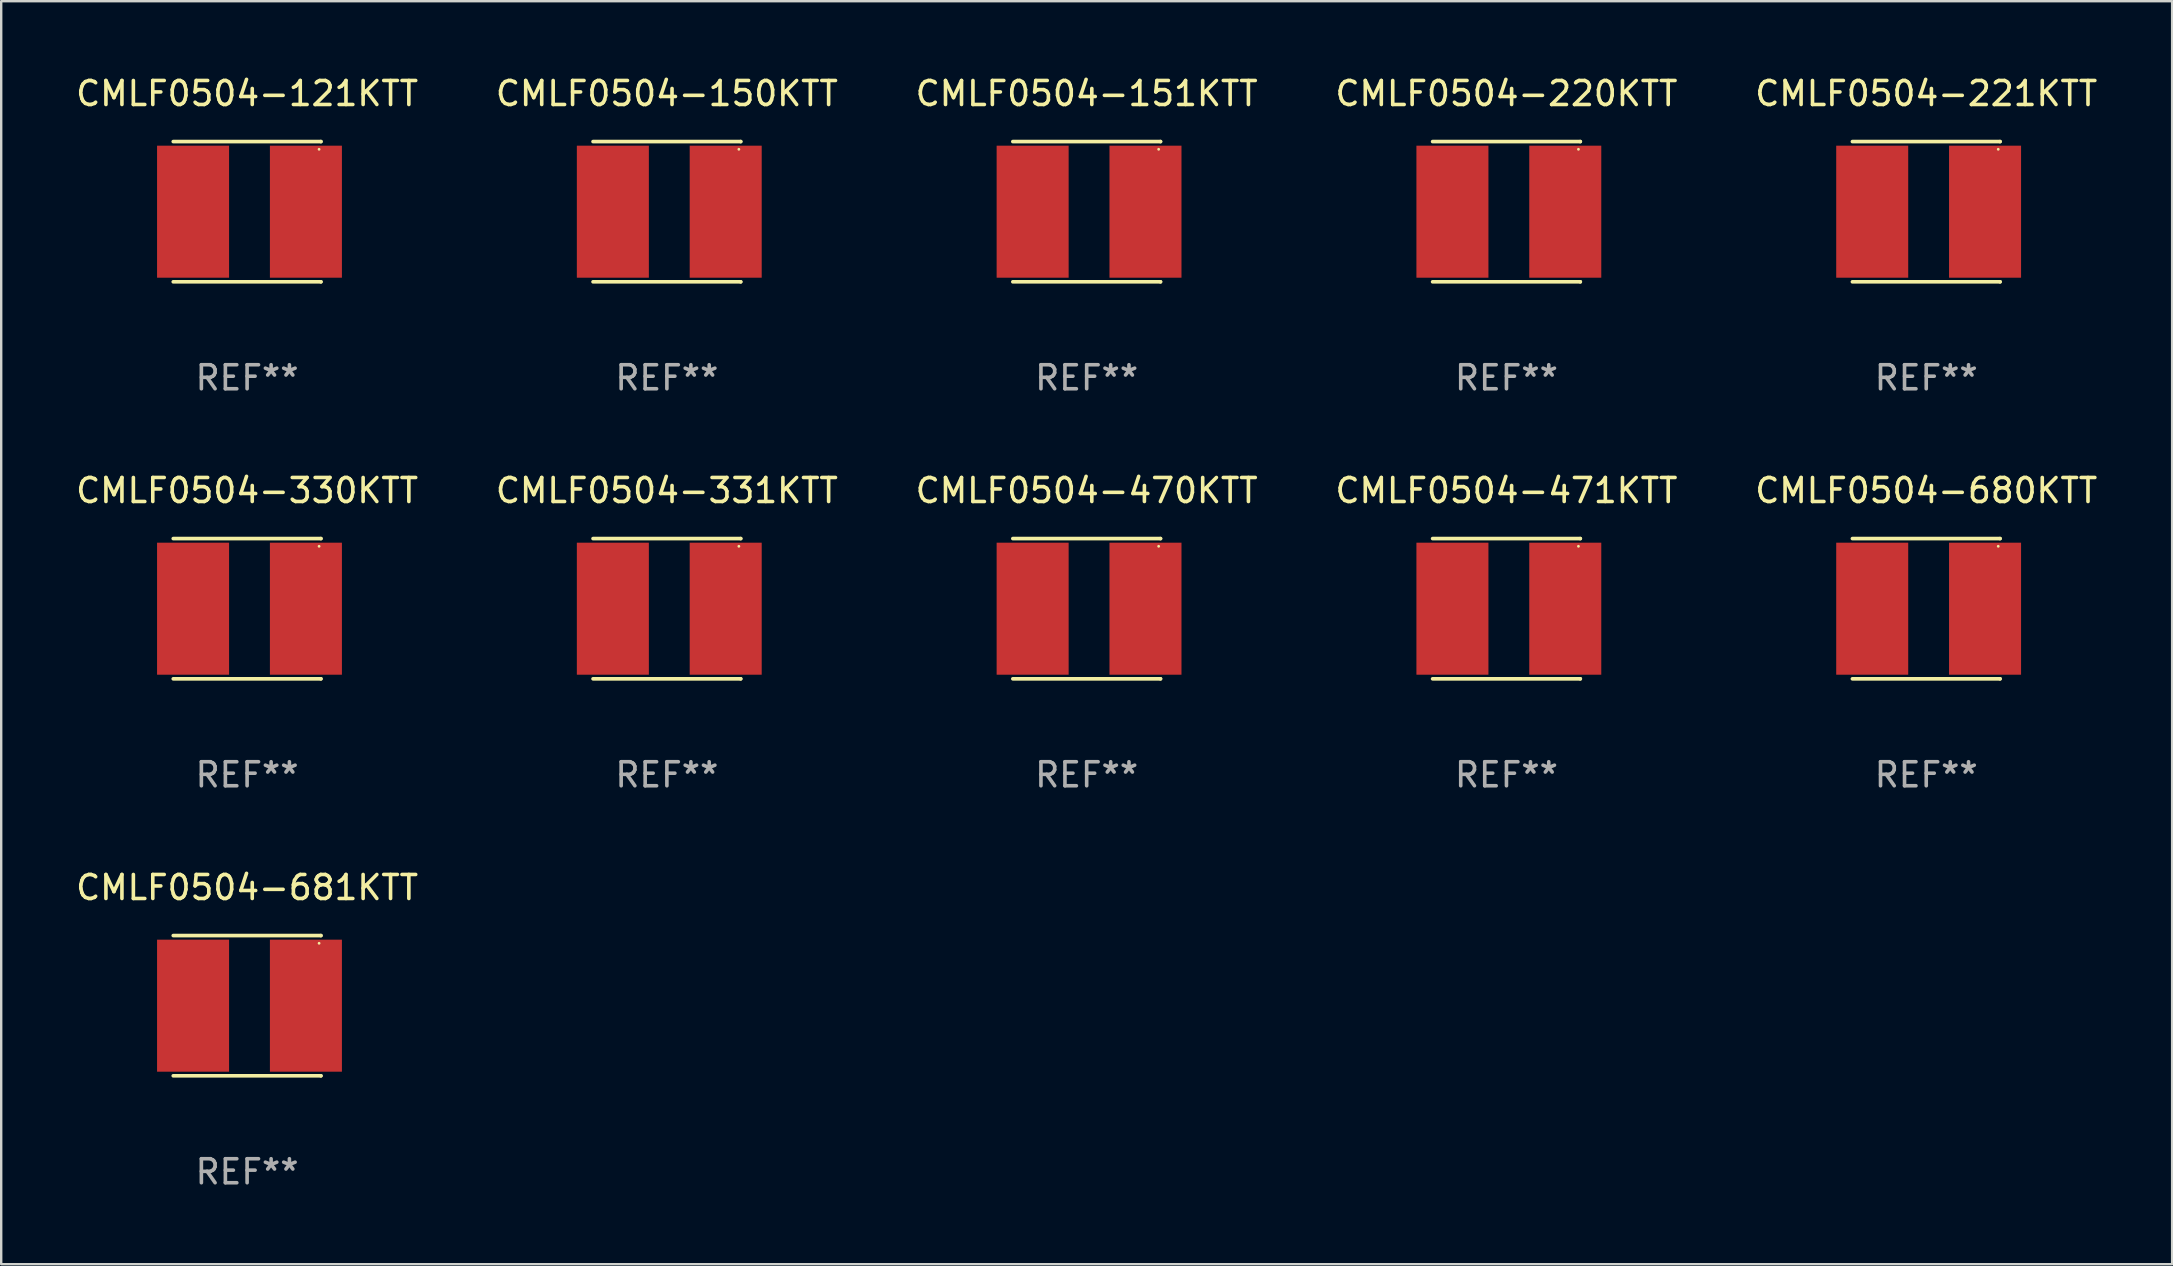
<source format=kicad_pcb>
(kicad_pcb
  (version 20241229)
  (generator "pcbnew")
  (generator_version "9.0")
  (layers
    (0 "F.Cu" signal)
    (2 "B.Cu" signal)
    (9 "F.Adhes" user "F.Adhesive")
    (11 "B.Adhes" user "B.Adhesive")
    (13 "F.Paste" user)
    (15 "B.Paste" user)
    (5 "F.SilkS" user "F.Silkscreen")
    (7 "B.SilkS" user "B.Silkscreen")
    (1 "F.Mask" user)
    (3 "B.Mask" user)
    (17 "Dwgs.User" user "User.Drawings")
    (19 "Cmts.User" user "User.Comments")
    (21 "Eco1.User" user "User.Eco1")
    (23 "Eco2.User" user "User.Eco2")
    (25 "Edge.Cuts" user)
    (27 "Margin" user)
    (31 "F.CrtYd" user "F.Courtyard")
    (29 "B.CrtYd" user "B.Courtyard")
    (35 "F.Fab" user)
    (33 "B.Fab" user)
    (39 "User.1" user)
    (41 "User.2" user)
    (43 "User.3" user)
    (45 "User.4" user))
  (footprint "CMLF0504-471KTT"
    (layer "F.Cu")
    (at 59.708 22.308)
    (property "Reference" "CMLF0504-471KTT" (at 0 -4.921 0) (layer "F.SilkS") (effects (font (size 1 1) (thickness 0.15))))
    (attr through_hole)
    (fp_line (start -3.076 2.921) (end 3.076 2.921) (stroke (width 0.152) (type solid)) (layer "F.SilkS"))
    (fp_line (start -3.076 -2.921) (end 3.076 -2.921) (stroke (width 0.152) (type solid)) (layer "F.SilkS"))
    (fp_line (start 3.076 2.921) (end 3.076 2.921) (stroke (width 0.152) (type solid)) (layer "F.SilkS"))
    (fp_line (start 3.076 -2.921) (end 3.076 -2.921) (stroke (width 0.152) (type solid)) (layer "F.SilkS"))
    (fp_circle (center 2.999 -2.6) (end 3.029 -2.6) (stroke (width 0.06) (type solid)) (fill no) (layer "F.SilkS"))
    (fp_text user "REF**" (at 0 6.921 0) (layer "F.Fab") (effects (font (size 1 1) (thickness 0.15))))
    (pad "1" smd rect (at 2.45 -0.000013) (size 3 5.5) (layers "F.Cu" "F.Mask" "F.Paste"))
    (pad "2" smd rect (at -2.251 -0.000013) (size 3 5.5) (layers "F.Cu" "F.Mask" "F.Paste")))
  (footprint "CMLF0504-221KTT"
    (layer "F.Cu")
    (at 77.196 5.769)
    (property "Reference" "CMLF0504-221KTT" (at 0 -4.921 0) (layer "F.SilkS") (effects (font (size 1 1) (thickness 0.15))))
    (attr through_hole)
    (fp_line (start -3.076 2.921) (end 3.076 2.921) (stroke (width 0.152) (type solid)) (layer "F.SilkS"))
    (fp_line (start -3.076 -2.921) (end 3.076 -2.921) (stroke (width 0.152) (type solid)) (layer "F.SilkS"))
    (fp_line (start 3.076 2.921) (end 3.076 2.921) (stroke (width 0.152) (type solid)) (layer "F.SilkS"))
    (fp_line (start 3.076 -2.921) (end 3.076 -2.921) (stroke (width 0.152) (type solid)) (layer "F.SilkS"))
    (fp_circle (center 2.999 -2.6) (end 3.029 -2.6) (stroke (width 0.06) (type solid)) (fill no) (layer "F.SilkS"))
    (fp_text user "REF**" (at 0 6.921 0) (layer "F.Fab") (effects (font (size 1 1) (thickness 0.15))))
    (pad "1" smd rect (at 2.45 -0.000013) (size 3 5.5) (layers "F.Cu" "F.Mask" "F.Paste"))
    (pad "2" smd rect (at -2.251 -0.000013) (size 3 5.5) (layers "F.Cu" "F.Mask" "F.Paste")))
  (footprint "CMLF0504-150KTT"
    (layer "F.Cu")
    (at 24.732 5.769)
    (property "Reference" "CMLF0504-150KTT" (at 0 -4.921 0) (layer "F.SilkS") (effects (font (size 1 1) (thickness 0.15))))
    (attr through_hole)
    (fp_line (start -3.076 2.921) (end 3.076 2.921) (stroke (width 0.152) (type solid)) (layer "F.SilkS"))
    (fp_line (start -3.076 -2.921) (end 3.076 -2.921) (stroke (width 0.152) (type solid)) (layer "F.SilkS"))
    (fp_line (start 3.076 2.921) (end 3.076 2.921) (stroke (width 0.152) (type solid)) (layer "F.SilkS"))
    (fp_line (start 3.076 -2.921) (end 3.076 -2.921) (stroke (width 0.152) (type solid)) (layer "F.SilkS"))
    (fp_circle (center 2.999 -2.6) (end 3.029 -2.6) (stroke (width 0.06) (type solid)) (fill no) (layer "F.SilkS"))
    (fp_text user "REF**" (at 0 6.921 0) (layer "F.Fab") (effects (font (size 1 1) (thickness 0.15))))
    (pad "1" smd rect (at 2.45 -0.000013) (size 3 5.5) (layers "F.Cu" "F.Mask" "F.Paste"))
    (pad "2" smd rect (at -2.251 -0.000013) (size 3 5.5) (layers "F.Cu" "F.Mask" "F.Paste")))
  (footprint "CMLF0504-121KTT"
    (layer "F.Cu")
    (at 7.244 5.769)
    (property "Reference" "CMLF0504-121KTT" (at 0 -4.921 0) (layer "F.SilkS") (effects (font (size 1 1) (thickness 0.15))))
    (attr through_hole)
    (fp_line (start -3.076 2.921) (end 3.076 2.921) (stroke (width 0.152) (type solid)) (layer "F.SilkS"))
    (fp_line (start -3.076 -2.921) (end 3.076 -2.921) (stroke (width 0.152) (type solid)) (layer "F.SilkS"))
    (fp_line (start 3.076 2.921) (end 3.076 2.921) (stroke (width 0.152) (type solid)) (layer "F.SilkS"))
    (fp_line (start 3.076 -2.921) (end 3.076 -2.921) (stroke (width 0.152) (type solid)) (layer "F.SilkS"))
    (fp_circle (center 2.999 -2.6) (end 3.029 -2.6) (stroke (width 0.06) (type solid)) (fill no) (layer "F.SilkS"))
    (fp_text user "REF**" (at 0 6.921 0) (layer "F.Fab") (effects (font (size 1 1) (thickness 0.15))))
    (pad "1" smd rect (at 2.45 -0.000013) (size 3 5.5) (layers "F.Cu" "F.Mask" "F.Paste"))
    (pad "2" smd rect (at -2.251 -0.000013) (size 3 5.5) (layers "F.Cu" "F.Mask" "F.Paste")))
  (footprint "CMLF0504-681KTT"
    (layer "F.Cu")
    (at 7.244 38.846)
    (property "Reference" "CMLF0504-681KTT" (at 0 -4.921 0) (layer "F.SilkS") (effects (font (size 1 1) (thickness 0.15))))
    (attr through_hole)
    (fp_line (start -3.076 2.921) (end 3.076 2.921) (stroke (width 0.152) (type solid)) (layer "F.SilkS"))
    (fp_line (start -3.076 -2.921) (end 3.076 -2.921) (stroke (width 0.152) (type solid)) (layer "F.SilkS"))
    (fp_line (start 3.076 2.921) (end 3.076 2.921) (stroke (width 0.152) (type solid)) (layer "F.SilkS"))
    (fp_line (start 3.076 -2.921) (end 3.076 -2.921) (stroke (width 0.152) (type solid)) (layer "F.SilkS"))
    (fp_circle (center 2.999 -2.6) (end 3.029 -2.6) (stroke (width 0.06) (type solid)) (fill no) (layer "F.SilkS"))
    (fp_text user "REF**" (at 0 6.921 0) (layer "F.Fab") (effects (font (size 1 1) (thickness 0.15))))
    (pad "1" smd rect (at 2.45 -0.000013) (size 3 5.5) (layers "F.Cu" "F.Mask" "F.Paste"))
    (pad "2" smd rect (at -2.251 -0.000013) (size 3 5.5) (layers "F.Cu" "F.Mask" "F.Paste")))
  (footprint "CMLF0504-220KTT"
    (layer "F.Cu")
    (at 59.708 5.769)
    (property "Reference" "CMLF0504-220KTT" (at 0 -4.921 0) (layer "F.SilkS") (effects (font (size 1 1) (thickness 0.15))))
    (attr through_hole)
    (fp_line (start -3.076 2.921) (end 3.076 2.921) (stroke (width 0.152) (type solid)) (layer "F.SilkS"))
    (fp_line (start -3.076 -2.921) (end 3.076 -2.921) (stroke (width 0.152) (type solid)) (layer "F.SilkS"))
    (fp_line (start 3.076 2.921) (end 3.076 2.921) (stroke (width 0.152) (type solid)) (layer "F.SilkS"))
    (fp_line (start 3.076 -2.921) (end 3.076 -2.921) (stroke (width 0.152) (type solid)) (layer "F.SilkS"))
    (fp_circle (center 2.999 -2.6) (end 3.029 -2.6) (stroke (width 0.06) (type solid)) (fill no) (layer "F.SilkS"))
    (fp_text user "REF**" (at 0 6.921 0) (layer "F.Fab") (effects (font (size 1 1) (thickness 0.15))))
    (pad "1" smd rect (at 2.45 -0.000013) (size 3 5.5) (layers "F.Cu" "F.Mask" "F.Paste"))
    (pad "2" smd rect (at -2.251 -0.000013) (size 3 5.5) (layers "F.Cu" "F.Mask" "F.Paste")))
  (footprint "CMLF0504-470KTT"
    (layer "F.Cu")
    (at 42.22 22.308)
    (property "Reference" "CMLF0504-470KTT" (at 0 -4.921 0) (layer "F.SilkS") (effects (font (size 1 1) (thickness 0.15))))
    (attr through_hole)
    (fp_line (start -3.076 2.921) (end 3.076 2.921) (stroke (width 0.152) (type solid)) (layer "F.SilkS"))
    (fp_line (start -3.076 -2.921) (end 3.076 -2.921) (stroke (width 0.152) (type solid)) (layer "F.SilkS"))
    (fp_line (start 3.076 2.921) (end 3.076 2.921) (stroke (width 0.152) (type solid)) (layer "F.SilkS"))
    (fp_line (start 3.076 -2.921) (end 3.076 -2.921) (stroke (width 0.152) (type solid)) (layer "F.SilkS"))
    (fp_circle (center 2.999 -2.6) (end 3.029 -2.6) (stroke (width 0.06) (type solid)) (fill no) (layer "F.SilkS"))
    (fp_text user "REF**" (at 0 6.921 0) (layer "F.Fab") (effects (font (size 1 1) (thickness 0.15))))
    (pad "1" smd rect (at 2.45 -0.000013) (size 3 5.5) (layers "F.Cu" "F.Mask" "F.Paste"))
    (pad "2" smd rect (at -2.251 -0.000013) (size 3 5.5) (layers "F.Cu" "F.Mask" "F.Paste")))
  (footprint "CMLF0504-151KTT"
    (layer "F.Cu")
    (at 42.22 5.769)
    (property "Reference" "CMLF0504-151KTT" (at 0 -4.921 0) (layer "F.SilkS") (effects (font (size 1 1) (thickness 0.15))))
    (attr through_hole)
    (fp_line (start -3.076 2.921) (end 3.076 2.921) (stroke (width 0.152) (type solid)) (layer "F.SilkS"))
    (fp_line (start -3.076 -2.921) (end 3.076 -2.921) (stroke (width 0.152) (type solid)) (layer "F.SilkS"))
    (fp_line (start 3.076 2.921) (end 3.076 2.921) (stroke (width 0.152) (type solid)) (layer "F.SilkS"))
    (fp_line (start 3.076 -2.921) (end 3.076 -2.921) (stroke (width 0.152) (type solid)) (layer "F.SilkS"))
    (fp_circle (center 2.999 -2.6) (end 3.029 -2.6) (stroke (width 0.06) (type solid)) (fill no) (layer "F.SilkS"))
    (fp_text user "REF**" (at 0 6.921 0) (layer "F.Fab") (effects (font (size 1 1) (thickness 0.15))))
    (pad "1" smd rect (at 2.45 -0.000013) (size 3 5.5) (layers "F.Cu" "F.Mask" "F.Paste"))
    (pad "2" smd rect (at -2.251 -0.000013) (size 3 5.5) (layers "F.Cu" "F.Mask" "F.Paste")))
  (footprint "CMLF0504-680KTT"
    (layer "F.Cu")
    (at 77.196 22.308)
    (property "Reference" "CMLF0504-680KTT" (at 0 -4.921 0) (layer "F.SilkS") (effects (font (size 1 1) (thickness 0.15))))
    (attr through_hole)
    (fp_line (start -3.076 2.921) (end 3.076 2.921) (stroke (width 0.152) (type solid)) (layer "F.SilkS"))
    (fp_line (start -3.076 -2.921) (end 3.076 -2.921) (stroke (width 0.152) (type solid)) (layer "F.SilkS"))
    (fp_line (start 3.076 2.921) (end 3.076 2.921) (stroke (width 0.152) (type solid)) (layer "F.SilkS"))
    (fp_line (start 3.076 -2.921) (end 3.076 -2.921) (stroke (width 0.152) (type solid)) (layer "F.SilkS"))
    (fp_circle (center 2.999 -2.6) (end 3.029 -2.6) (stroke (width 0.06) (type solid)) (fill no) (layer "F.SilkS"))
    (fp_text user "REF**" (at 0 6.921 0) (layer "F.Fab") (effects (font (size 1 1) (thickness 0.15))))
    (pad "1" smd rect (at 2.45 -0.000013) (size 3 5.5) (layers "F.Cu" "F.Mask" "F.Paste"))
    (pad "2" smd rect (at -2.251 -0.000013) (size 3 5.5) (layers "F.Cu" "F.Mask" "F.Paste")))
  (footprint "CMLF0504-330KTT"
    (layer "F.Cu")
    (at 7.244 22.308)
    (property "Reference" "CMLF0504-330KTT" (at 0 -4.921 0) (layer "F.SilkS") (effects (font (size 1 1) (thickness 0.15))))
    (attr through_hole)
    (fp_line (start -3.076 2.921) (end 3.076 2.921) (stroke (width 0.152) (type solid)) (layer "F.SilkS"))
    (fp_line (start -3.076 -2.921) (end 3.076 -2.921) (stroke (width 0.152) (type solid)) (layer "F.SilkS"))
    (fp_line (start 3.076 2.921) (end 3.076 2.921) (stroke (width 0.152) (type solid)) (layer "F.SilkS"))
    (fp_line (start 3.076 -2.921) (end 3.076 -2.921) (stroke (width 0.152) (type solid)) (layer "F.SilkS"))
    (fp_circle (center 2.999 -2.6) (end 3.029 -2.6) (stroke (width 0.06) (type solid)) (fill no) (layer "F.SilkS"))
    (fp_text user "REF**" (at 0 6.921 0) (layer "F.Fab") (effects (font (size 1 1) (thickness 0.15))))
    (pad "1" smd rect (at 2.45 -0.000013) (size 3 5.5) (layers "F.Cu" "F.Mask" "F.Paste"))
    (pad "2" smd rect (at -2.251 -0.000013) (size 3 5.5) (layers "F.Cu" "F.Mask" "F.Paste")))
  (footprint "CMLF0504-331KTT"
    (layer "F.Cu")
    (at 24.732 22.308)
    (property "Reference" "CMLF0504-331KTT" (at 0 -4.921 0) (layer "F.SilkS") (effects (font (size 1 1) (thickness 0.15))))
    (attr through_hole)
    (fp_line (start -3.076 2.921) (end 3.076 2.921) (stroke (width 0.152) (type solid)) (layer "F.SilkS"))
    (fp_line (start -3.076 -2.921) (end 3.076 -2.921) (stroke (width 0.152) (type solid)) (layer "F.SilkS"))
    (fp_line (start 3.076 2.921) (end 3.076 2.921) (stroke (width 0.152) (type solid)) (layer "F.SilkS"))
    (fp_line (start 3.076 -2.921) (end 3.076 -2.921) (stroke (width 0.152) (type solid)) (layer "F.SilkS"))
    (fp_circle (center 2.999 -2.6) (end 3.029 -2.6) (stroke (width 0.06) (type solid)) (fill no) (layer "F.SilkS"))
    (fp_text user "REF**" (at 0 6.921 0) (layer "F.Fab") (effects (font (size 1 1) (thickness 0.15))))
    (pad "1" smd rect (at 2.45 -0.000013) (size 3 5.5) (layers "F.Cu" "F.Mask" "F.Paste"))
    (pad "2" smd rect (at -2.251 -0.000013) (size 3 5.5) (layers "F.Cu" "F.Mask" "F.Paste")))
  (gr_rect
    (start -3 -3)
    (end 87.44 49.615)
    (stroke (width 0.1) (type default))
    (fill no)
    (layer "Edge.Cuts")))
</source>
